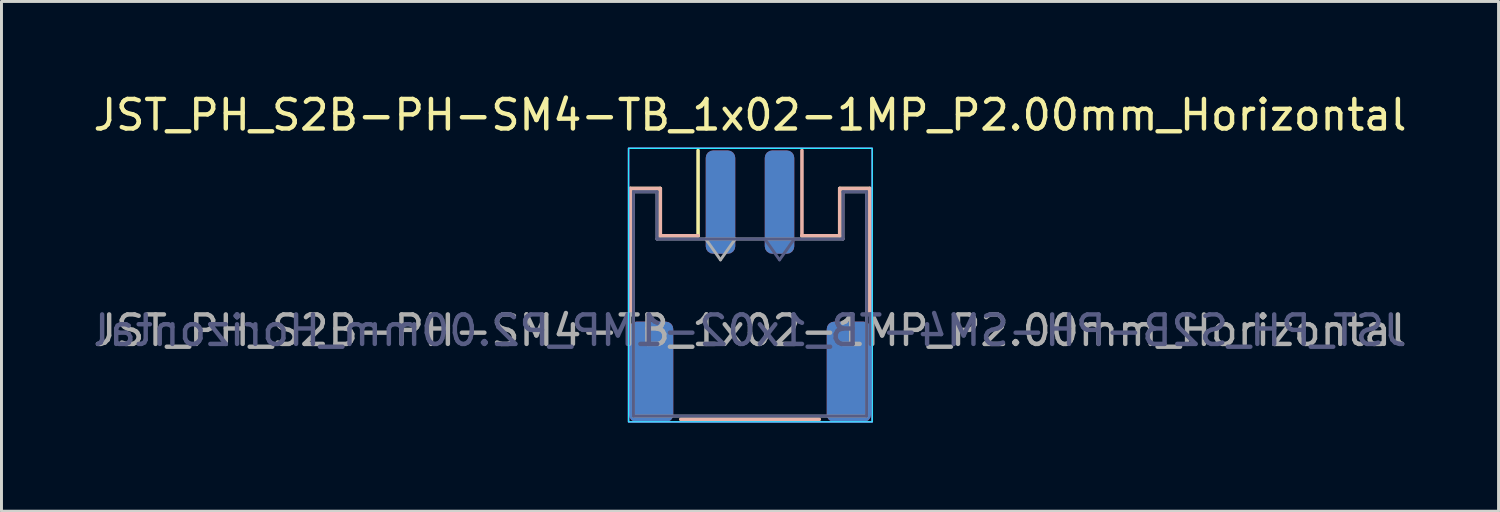
<source format=kicad_pcb>
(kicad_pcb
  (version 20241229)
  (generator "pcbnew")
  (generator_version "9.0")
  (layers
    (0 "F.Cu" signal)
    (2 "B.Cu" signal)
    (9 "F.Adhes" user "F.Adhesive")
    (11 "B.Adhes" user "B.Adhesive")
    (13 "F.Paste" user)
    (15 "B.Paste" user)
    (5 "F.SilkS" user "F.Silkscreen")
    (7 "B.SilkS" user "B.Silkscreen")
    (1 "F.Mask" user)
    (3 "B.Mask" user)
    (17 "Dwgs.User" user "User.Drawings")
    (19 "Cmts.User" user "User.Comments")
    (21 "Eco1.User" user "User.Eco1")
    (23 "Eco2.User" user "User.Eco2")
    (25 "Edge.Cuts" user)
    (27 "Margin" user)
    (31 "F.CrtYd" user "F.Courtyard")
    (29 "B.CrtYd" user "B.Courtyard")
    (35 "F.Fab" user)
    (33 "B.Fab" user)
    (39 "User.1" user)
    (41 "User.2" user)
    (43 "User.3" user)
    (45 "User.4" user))
  (footprint "JST_PH_S2B-PH-SM4-TB_1x02-1MP_P2.00mm_Horizontal"
    (layer "F.Cu")
    (at 22.363 6.648)
    (property "Reference" "JST_PH_S2B-PH-SM4-TB_1x02-1MP_P2.00mm_Horizontal" (at 0 -5.8 0) (layer "F.SilkS") (effects (font (size 1 1) (thickness 0.15))))
    (attr smd)
    (fp_line (start -4.06 -3.31) (end -3.04 -3.31) (stroke (width 0.12) (type solid)) (layer "F.SilkS"))
    (fp_line (start -4.06 0.94) (end -4.06 -3.31) (stroke (width 0.12) (type solid)) (layer "F.SilkS"))
    (fp_line (start -3.04 -3.31) (end -3.04 -1.71) (stroke (width 0.12) (type solid)) (layer "F.SilkS"))
    (fp_line (start -3.04 -1.71) (end -1.76 -1.71) (stroke (width 0.12) (type solid)) (layer "F.SilkS"))
    (fp_line (start -2.34 4.51) (end 2.34 4.51) (stroke (width 0.12) (type solid)) (layer "F.SilkS"))
    (fp_line (start -1.76 -1.71) (end -1.76 -4.6) (stroke (width 0.12) (type solid)) (layer "F.SilkS"))
    (fp_line (start 3.04 -3.31) (end 3.04 -1.71) (stroke (width 0.12) (type solid)) (layer "F.SilkS"))
    (fp_line (start 3.04 -1.71) (end 1.76 -1.71) (stroke (width 0.12) (type solid)) (layer "F.SilkS"))
    (fp_line (start 4.06 -3.31) (end 3.04 -3.31) (stroke (width 0.12) (type solid)) (layer "F.SilkS"))
    (fp_line (start 4.06 0.94) (end 4.06 -3.31) (stroke (width 0.12) (type solid)) (layer "F.SilkS"))
    (fp_line (start -4.06 -3.31) (end -3.04 -3.31) (stroke (width 0.12) (type solid)) (layer "B.SilkS"))
    (fp_line (start -4.06 0.94) (end -4.06 -3.31) (stroke (width 0.12) (type solid)) (layer "B.SilkS"))
    (fp_line (start -3.04 -3.31) (end -3.04 -1.71) (stroke (width 0.12) (type solid)) (layer "B.SilkS"))
    (fp_line (start -3.04 -1.71) (end -1.76 -1.71) (stroke (width 0.12) (type solid)) (layer "B.SilkS"))
    (fp_line (start 1.76 -1.71) (end 1.76 -4.6) (stroke (width 0.12) (type solid)) (layer "B.SilkS"))
    (fp_line (start 2.34 4.51) (end -2.34 4.51) (stroke (width 0.12) (type solid)) (layer "B.SilkS"))
    (fp_line (start 3.04 -3.31) (end 3.04 -1.71) (stroke (width 0.12) (type solid)) (layer "B.SilkS"))
    (fp_line (start 3.04 -1.71) (end 1.76 -1.71) (stroke (width 0.12) (type solid)) (layer "B.SilkS"))
    (fp_line (start 4.06 -3.31) (end 3.04 -3.31) (stroke (width 0.12) (type solid)) (layer "B.SilkS"))
    (fp_line (start 4.06 0.94) (end 4.06 -3.31) (stroke (width 0.12) (type solid)) (layer "B.SilkS"))
    (fp_rect (start 4.14 4.597) (end -4.115 -4.674) (stroke (width 0.05) (type default)) (fill no) (layer "B.CrtYd"))
    (fp_rect (start -4.115 4.597) (end 4.14 -4.674) (stroke (width 0.05) (type default)) (fill no) (layer "F.CrtYd"))
    (fp_line (start -3.95 -3.2) (end -3.95 4.4) (stroke (width 0.1) (type solid)) (layer "B.Fab"))
    (fp_line (start -3.15 -3.2) (end -3.95 -3.2) (stroke (width 0.1) (type solid)) (layer "B.Fab"))
    (fp_line (start -3.15 -1.6) (end -3.15 -3.2) (stroke (width 0.1) (type solid)) (layer "B.Fab"))
    (fp_line (start 1 -0.893) (end 0.5 -1.6) (stroke (width 0.1) (type solid)) (layer "B.Fab"))
    (fp_line (start 1.5 -1.6) (end 1 -0.893) (stroke (width 0.1) (type solid)) (layer "B.Fab"))
    (fp_line (start 3.15 -3.2) (end 3.15 -1.6) (stroke (width 0.1) (type solid)) (layer "B.Fab"))
    (fp_line (start 3.15 -1.6) (end -3.15 -1.6) (stroke (width 0.1) (type solid)) (layer "B.Fab"))
    (fp_line (start 3.95 -3.2) (end 3.15 -3.2) (stroke (width 0.1) (type solid)) (layer "B.Fab"))
    (fp_line (start 3.95 -3.2) (end 3.95 4.4) (stroke (width 0.1) (type solid)) (layer "B.Fab"))
    (fp_line (start 3.95 4.4) (end -3.95 4.4) (stroke (width 0.1) (type solid)) (layer "B.Fab"))
    (fp_line (start -3.95 -3.2) (end -3.95 4.4) (stroke (width 0.1) (type solid)) (layer "F.Fab"))
    (fp_line (start -3.95 -3.2) (end -3.15 -3.2) (stroke (width 0.1) (type solid)) (layer "F.Fab"))
    (fp_line (start -3.95 4.4) (end 3.95 4.4) (stroke (width 0.1) (type solid)) (layer "F.Fab"))
    (fp_line (start -3.15 -3.2) (end -3.15 -1.6) (stroke (width 0.1) (type solid)) (layer "F.Fab"))
    (fp_line (start -3.15 -1.6) (end 3.15 -1.6) (stroke (width 0.1) (type solid)) (layer "F.Fab"))
    (fp_line (start -1.5 -1.6) (end -1 -0.893) (stroke (width 0.1) (type solid)) (layer "F.Fab"))
    (fp_line (start -1 -0.893) (end -0.5 -1.6) (stroke (width 0.1) (type solid)) (layer "F.Fab"))
    (fp_line (start 3.15 -3.2) (end 3.95 -3.2) (stroke (width 0.1) (type solid)) (layer "F.Fab"))
    (fp_line (start 3.15 -1.6) (end 3.15 -3.2) (stroke (width 0.1) (type solid)) (layer "F.Fab"))
    (fp_line (start 3.95 -3.2) (end 3.95 4.4) (stroke (width 0.1) (type solid)) (layer "F.Fab"))
    (fp_text user "${REFERENCE}" (at 0 1.5 0) (layer "B.Fab") (effects (font (size 1 1) (thickness 0.15)) (justify mirror)))
    (fp_text user "${REFERENCE}" (at 0 1.5 0) (layer "F.Fab") (effects (font (size 1 1) (thickness 0.15))))
    (pad "1" smd roundrect (at -1 -2.85) (size 1 3.5) (layers "F.Cu" "F.Mask" "F.Paste") (roundrect_rratio 0.25))
    (pad "1" smd roundrect (at 1 -2.85) (size 1 3.5) (layers "B.Cu" "B.Mask" "B.Paste") (roundrect_rratio 0.25))
    (pad "2" smd roundrect (at -1 -2.85) (size 1 3.5) (layers "B.Cu" "B.Mask" "B.Paste") (roundrect_rratio 0.25))
    (pad "2" smd roundrect (at 1 -2.85) (size 1 3.5) (layers "F.Cu" "F.Mask" "F.Paste") (roundrect_rratio 0.25))
    (pad "MP" smd roundrect (at -3.35 2.9) (size 1.5 3.4) (layers "F.Cu" "F.Mask" "F.Paste") (roundrect_rratio 0.167))
    (pad "MP" smd roundrect (at -3.35 2.9) (size 1.5 3.4) (layers "B.Cu" "B.Mask" "B.Paste") (roundrect_rratio 0.167))
    (pad "MP" smd roundrect (at 3.35 2.9) (size 1.5 3.4) (layers "F.Cu" "F.Mask" "F.Paste") (roundrect_rratio 0.167))
    (pad "MP" smd roundrect (at 3.35 2.9) (size 1.5 3.4) (layers "B.Cu" "B.Mask" "B.Paste") (roundrect_rratio 0.167)))
  (gr_rect
    (start -3 -3)
    (end 47.726 14.271)
    (stroke (width 0.1) (type default))
    (fill no)
    (layer "Edge.Cuts")))
</source>
